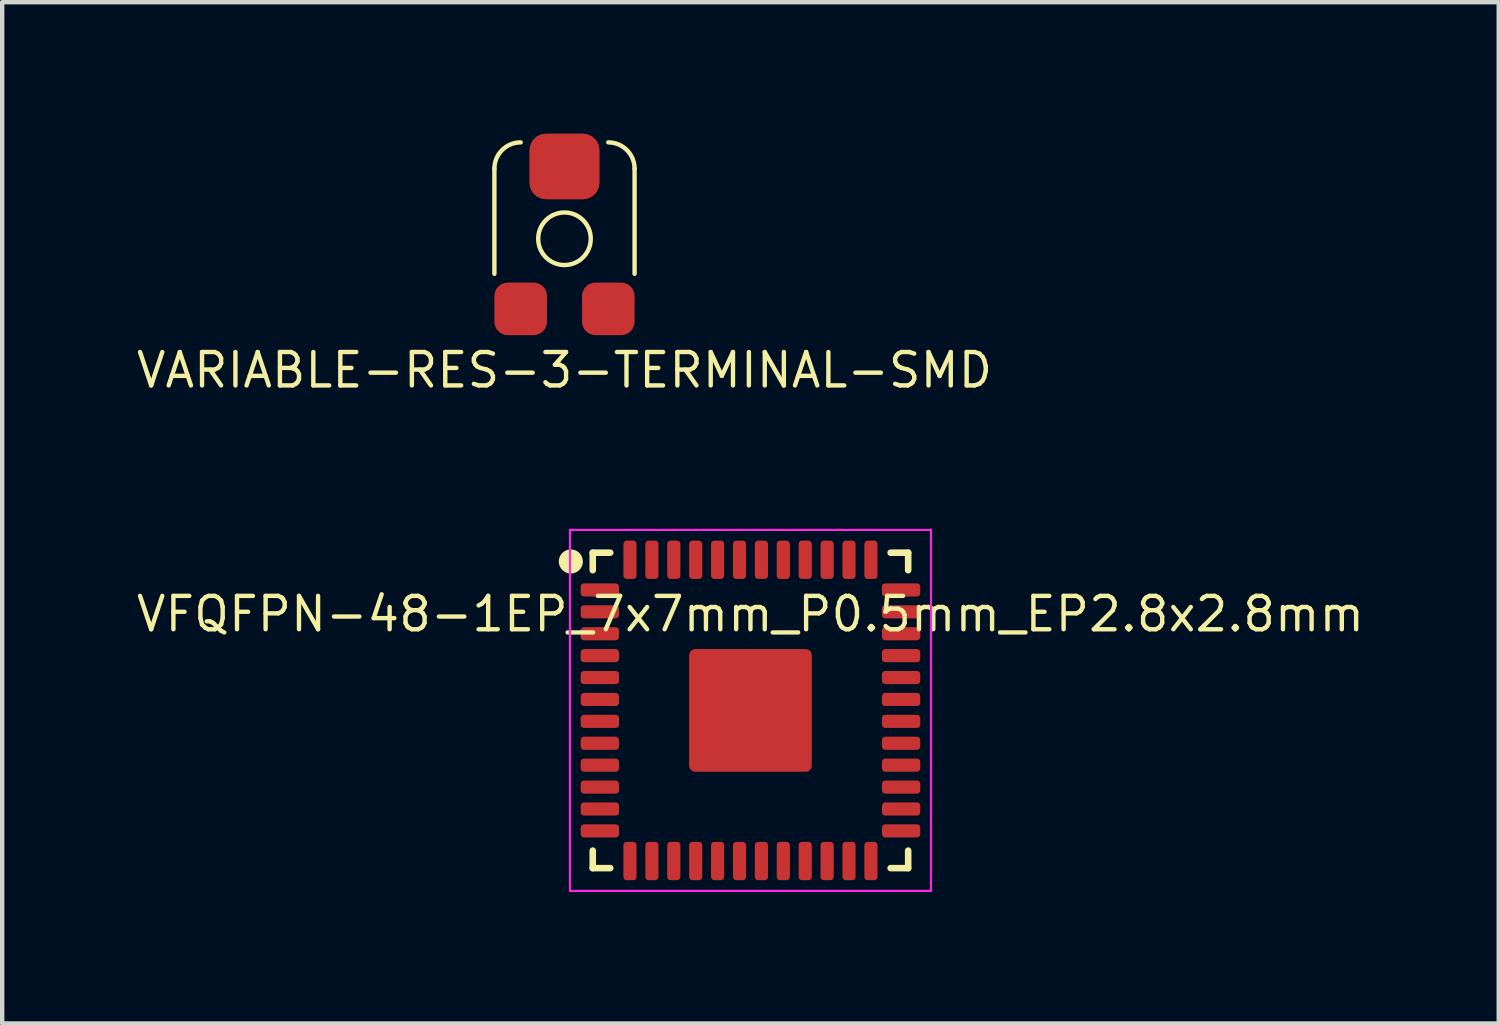
<source format=kicad_pcb>
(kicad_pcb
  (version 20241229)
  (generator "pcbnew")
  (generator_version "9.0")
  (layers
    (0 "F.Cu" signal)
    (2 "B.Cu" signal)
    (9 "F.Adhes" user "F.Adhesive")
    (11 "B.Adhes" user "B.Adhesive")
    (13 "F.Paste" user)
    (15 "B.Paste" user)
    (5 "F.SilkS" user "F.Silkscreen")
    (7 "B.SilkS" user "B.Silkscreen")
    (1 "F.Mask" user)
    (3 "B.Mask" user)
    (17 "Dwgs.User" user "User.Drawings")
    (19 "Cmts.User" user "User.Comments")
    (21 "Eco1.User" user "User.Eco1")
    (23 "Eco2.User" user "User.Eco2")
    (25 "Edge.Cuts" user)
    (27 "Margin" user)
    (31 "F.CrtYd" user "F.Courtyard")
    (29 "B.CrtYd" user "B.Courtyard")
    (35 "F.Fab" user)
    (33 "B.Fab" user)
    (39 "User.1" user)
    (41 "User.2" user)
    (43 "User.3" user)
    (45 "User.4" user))
  (footprint "VARIABLE-RES-3-TERMINAL-SMD"
    (layer "F.Cu")
    (at 9.835 2.4)
    (property "Reference" "VARIABLE-RES-3-TERMINAL-SMD" (at 0 3 0) (layer "F.SilkS") (effects (font (size 0.762 0.762) (thickness 0.1))))
    (attr through_hole)
    (fp_line (start -1.6 -1.6) (end -1.6 0.8) (stroke (width 0.1) (type solid)) (layer "F.SilkS"))
    (fp_line (start 1.6 0.8) (end 1.6 -1.6) (stroke (width 0.1) (type solid)) (layer "F.SilkS"))
    (fp_arc (start -1.6 -1.6) (mid -1.424264 -2.024264) (end -1 -2.2) (stroke (width 0.1) (type solid)) (layer "F.SilkS"))
    (fp_arc (start 1 -2.2) (mid 1.424264 -2.024264) (end 1.6 -1.6) (stroke (width 0.1) (type solid)) (layer "F.SilkS"))
    (fp_circle (center 0 0) (end 0.6 0) (stroke (width 0.1) (type solid)) (fill no) (layer "F.SilkS"))
    (pad "1" smd roundrect (at -1 1.6) (size 1.2 1.2) (layers "F.Cu" "F.Mask" "F.Paste") (roundrect_rratio 0.25))
    (pad "2" smd roundrect (at 0 -1.65) (size 1.6 1.5) (layers "F.Cu" "F.Mask" "F.Paste") (roundrect_rratio 0.25))
    (pad "3" smd roundrect (at 1 1.6) (size 1.2 1.2) (layers "F.Cu" "F.Mask" "F.Paste") (roundrect_rratio 0.25)))
  (footprint "VFQFPN-48-1EP_7x7mm_P0.5mm_EP2.8x2.8mm"
    (layer "F.Cu")
    (at 14.08 13.166)
    (property "Reference" "VFQFPN-48-1EP_7x7mm_P0.5mm_EP2.8x2.8mm" (at 0 -2.2 0) (layer "F.SilkS") (effects (font (size 0.762 0.762) (thickness 0.1))))
    (attr smd)
    (fp_line (start -4.1 -3.5) (end -4.1 -3.3) (stroke (width 0.15) (type solid)) (layer "F.SilkS"))
    (fp_line (start -3.6 -3.6) (end -3.6 -3.2) (stroke (width 0.15) (type solid)) (layer "F.SilkS"))
    (fp_line (start -3.6 -3.6) (end -3.2 -3.6) (stroke (width 0.15) (type solid)) (layer "F.SilkS"))
    (fp_line (start -3.6 3.2) (end -3.6 3.6) (stroke (width 0.15) (type solid)) (layer "F.SilkS"))
    (fp_line (start -3.6 3.6) (end -3.2 3.6) (stroke (width 0.15) (type solid)) (layer "F.SilkS"))
    (fp_line (start 3.2 3.6) (end 3.6 3.6) (stroke (width 0.15) (type solid)) (layer "F.SilkS"))
    (fp_line (start 3.6 -3.6) (end 3.2 -3.6) (stroke (width 0.15) (type solid)) (layer "F.SilkS"))
    (fp_line (start 3.6 -3.2) (end 3.6 -3.6) (stroke (width 0.15) (type solid)) (layer "F.SilkS"))
    (fp_line (start 3.6 3.6) (end 3.6 3.2) (stroke (width 0.15) (type solid)) (layer "F.SilkS"))
    (fp_circle (center -4.1 -3.4) (end -4.1 -3.6) (stroke (width 0.15) (type solid)) (fill no) (layer "F.SilkS"))
    (fp_circle (center -4.1 -3.4) (end -4 -3.4) (stroke (width 0.15) (type solid)) (fill no) (layer "F.SilkS"))
    (fp_line (start -4.12 -4.12) (end -4.12 4.12) (stroke (width 0.05) (type solid)) (layer "F.CrtYd"))
    (fp_line (start -4.12 4.12) (end 4.12 4.12) (stroke (width 0.05) (type solid)) (layer "F.CrtYd"))
    (fp_line (start 4.12 -4.12) (end -4.12 -4.12) (stroke (width 0.05) (type solid)) (layer "F.CrtYd"))
    (fp_line (start 4.12 4.12) (end 4.12 -4.12) (stroke (width 0.05) (type solid)) (layer "F.CrtYd"))
    (pad "" smd roundrect (at -0.645 -0.645) (size 1.04 1.04) (layers "F.Paste") (roundrect_rratio 0.24))
    (pad "" smd roundrect (at -0.645 0.645) (size 1.04 1.04) (layers "F.Paste") (roundrect_rratio 0.24))
    (pad "" smd roundrect (at 0.645 -0.645) (size 1.04 1.04) (layers "F.Paste") (roundrect_rratio 0.24))
    (pad "" smd roundrect (at 0.645 0.645) (size 1.04 1.04) (layers "F.Paste") (roundrect_rratio 0.24))
    (pad "1" smd roundrect (at -3.438 -2.75) (size 0.875 0.3) (layers "F.Cu" "F.Mask" "F.Paste") (roundrect_rratio 0.25))
    (pad "2" smd roundrect (at -3.438 -2.25) (size 0.875 0.3) (layers "F.Cu" "F.Mask" "F.Paste") (roundrect_rratio 0.25))
    (pad "3" smd roundrect (at -3.438 -1.75) (size 0.875 0.3) (layers "F.Cu" "F.Mask" "F.Paste") (roundrect_rratio 0.25))
    (pad "4" smd roundrect (at -3.438 -1.25) (size 0.875 0.3) (layers "F.Cu" "F.Mask" "F.Paste") (roundrect_rratio 0.25))
    (pad "5" smd roundrect (at -3.438 -0.75) (size 0.875 0.3) (layers "F.Cu" "F.Mask" "F.Paste") (roundrect_rratio 0.25))
    (pad "6" smd roundrect (at -3.438 -0.25) (size 0.875 0.3) (layers "F.Cu" "F.Mask" "F.Paste") (roundrect_rratio 0.25))
    (pad "7" smd roundrect (at -3.438 0.25) (size 0.875 0.3) (layers "F.Cu" "F.Mask" "F.Paste") (roundrect_rratio 0.25))
    (pad "8" smd roundrect (at -3.438 0.75) (size 0.875 0.3) (layers "F.Cu" "F.Mask" "F.Paste") (roundrect_rratio 0.25))
    (pad "9" smd roundrect (at -3.438 1.25) (size 0.875 0.3) (layers "F.Cu" "F.Mask" "F.Paste") (roundrect_rratio 0.25))
    (pad "10" smd roundrect (at -3.438 1.75) (size 0.875 0.3) (layers "F.Cu" "F.Mask" "F.Paste") (roundrect_rratio 0.25))
    (pad "11" smd roundrect (at -3.438 2.25) (size 0.875 0.3) (layers "F.Cu" "F.Mask" "F.Paste") (roundrect_rratio 0.25))
    (pad "12" smd roundrect (at -3.438 2.75) (size 0.875 0.3) (layers "F.Cu" "F.Mask" "F.Paste") (roundrect_rratio 0.25))
    (pad "13" smd roundrect (at -2.75 3.438) (size 0.3 0.875) (layers "F.Cu" "F.Mask" "F.Paste") (roundrect_rratio 0.25))
    (pad "14" smd roundrect (at -2.25 3.438) (size 0.3 0.875) (layers "F.Cu" "F.Mask" "F.Paste") (roundrect_rratio 0.25))
    (pad "15" smd roundrect (at -1.75 3.438) (size 0.3 0.875) (layers "F.Cu" "F.Mask" "F.Paste") (roundrect_rratio 0.25))
    (pad "16" smd roundrect (at -1.25 3.438) (size 0.3 0.875) (layers "F.Cu" "F.Mask" "F.Paste") (roundrect_rratio 0.25))
    (pad "17" smd roundrect (at -0.75 3.438) (size 0.3 0.875) (layers "F.Cu" "F.Mask" "F.Paste") (roundrect_rratio 0.25))
    (pad "18" smd roundrect (at -0.25 3.438) (size 0.3 0.875) (layers "F.Cu" "F.Mask" "F.Paste") (roundrect_rratio 0.25))
    (pad "19" smd roundrect (at 0.25 3.438) (size 0.3 0.875) (layers "F.Cu" "F.Mask" "F.Paste") (roundrect_rratio 0.25))
    (pad "20" smd roundrect (at 0.75 3.438) (size 0.3 0.875) (layers "F.Cu" "F.Mask" "F.Paste") (roundrect_rratio 0.25))
    (pad "21" smd roundrect (at 1.25 3.438) (size 0.3 0.875) (layers "F.Cu" "F.Mask" "F.Paste") (roundrect_rratio 0.25))
    (pad "22" smd roundrect (at 1.75 3.438) (size 0.3 0.875) (layers "F.Cu" "F.Mask" "F.Paste") (roundrect_rratio 0.25))
    (pad "23" smd roundrect (at 2.25 3.438) (size 0.3 0.875) (layers "F.Cu" "F.Mask" "F.Paste") (roundrect_rratio 0.25))
    (pad "24" smd roundrect (at 2.75 3.438) (size 0.3 0.875) (layers "F.Cu" "F.Mask" "F.Paste") (roundrect_rratio 0.25))
    (pad "25" smd roundrect (at 3.438 2.75) (size 0.875 0.3) (layers "F.Cu" "F.Mask" "F.Paste") (roundrect_rratio 0.25))
    (pad "26" smd roundrect (at 3.438 2.25) (size 0.875 0.3) (layers "F.Cu" "F.Mask" "F.Paste") (roundrect_rratio 0.25))
    (pad "27" smd roundrect (at 3.438 1.75) (size 0.875 0.3) (layers "F.Cu" "F.Mask" "F.Paste") (roundrect_rratio 0.25))
    (pad "28" smd roundrect (at 3.438 1.25) (size 0.875 0.3) (layers "F.Cu" "F.Mask" "F.Paste") (roundrect_rratio 0.25))
    (pad "29" smd roundrect (at 3.438 0.75) (size 0.875 0.3) (layers "F.Cu" "F.Mask" "F.Paste") (roundrect_rratio 0.25))
    (pad "30" smd roundrect (at 3.438 0.25) (size 0.875 0.3) (layers "F.Cu" "F.Mask" "F.Paste") (roundrect_rratio 0.25))
    (pad "31" smd roundrect (at 3.438 -0.25) (size 0.875 0.3) (layers "F.Cu" "F.Mask" "F.Paste") (roundrect_rratio 0.25))
    (pad "32" smd roundrect (at 3.438 -0.75) (size 0.875 0.3) (layers "F.Cu" "F.Mask" "F.Paste") (roundrect_rratio 0.25))
    (pad "33" smd roundrect (at 3.438 -1.25) (size 0.875 0.3) (layers "F.Cu" "F.Mask" "F.Paste") (roundrect_rratio 0.25))
    (pad "34" smd roundrect (at 3.438 -1.75) (size 0.875 0.3) (layers "F.Cu" "F.Mask" "F.Paste") (roundrect_rratio 0.25))
    (pad "35" smd roundrect (at 3.438 -2.25) (size 0.875 0.3) (layers "F.Cu" "F.Mask" "F.Paste") (roundrect_rratio 0.25))
    (pad "36" smd roundrect (at 3.438 -2.75) (size 0.875 0.3) (layers "F.Cu" "F.Mask" "F.Paste") (roundrect_rratio 0.25))
    (pad "37" smd roundrect (at 2.75 -3.438) (size 0.3 0.875) (layers "F.Cu" "F.Mask" "F.Paste") (roundrect_rratio 0.25))
    (pad "38" smd roundrect (at 2.25 -3.438) (size 0.3 0.875) (layers "F.Cu" "F.Mask" "F.Paste") (roundrect_rratio 0.25))
    (pad "39" smd roundrect (at 1.75 -3.438) (size 0.3 0.875) (layers "F.Cu" "F.Mask" "F.Paste") (roundrect_rratio 0.25))
    (pad "40" smd roundrect (at 1.25 -3.438) (size 0.3 0.875) (layers "F.Cu" "F.Mask" "F.Paste") (roundrect_rratio 0.25))
    (pad "41" smd roundrect (at 0.75 -3.438) (size 0.3 0.875) (layers "F.Cu" "F.Mask" "F.Paste") (roundrect_rratio 0.25))
    (pad "42" smd roundrect (at 0.25 -3.438) (size 0.3 0.875) (layers "F.Cu" "F.Mask" "F.Paste") (roundrect_rratio 0.25))
    (pad "43" smd roundrect (at -0.25 -3.438) (size 0.3 0.875) (layers "F.Cu" "F.Mask" "F.Paste") (roundrect_rratio 0.25))
    (pad "44" smd roundrect (at -0.75 -3.438) (size 0.3 0.875) (layers "F.Cu" "F.Mask" "F.Paste") (roundrect_rratio 0.25))
    (pad "45" smd roundrect (at -1.25 -3.438) (size 0.3 0.875) (layers "F.Cu" "F.Mask" "F.Paste") (roundrect_rratio 0.25))
    (pad "46" smd roundrect (at -1.75 -3.438) (size 0.3 0.875) (layers "F.Cu" "F.Mask" "F.Paste") (roundrect_rratio 0.25))
    (pad "47" smd roundrect (at -2.25 -3.438) (size 0.3 0.875) (layers "F.Cu" "F.Mask" "F.Paste") (roundrect_rratio 0.25))
    (pad "48" smd roundrect (at -2.75 -3.438) (size 0.3 0.875) (layers "F.Cu" "F.Mask" "F.Paste") (roundrect_rratio 0.25))
    (pad "49" smd roundrect (at 0 0) (size 2.8 2.8) (layers "F.Cu" "F.Mask") (roundrect_rratio 0.049)))
  (gr_rect
    (start -3 -3)
    (end 31.16 20.311)
    (stroke (width 0.1) (type default))
    (fill no)
    (layer "Edge.Cuts")))
</source>
